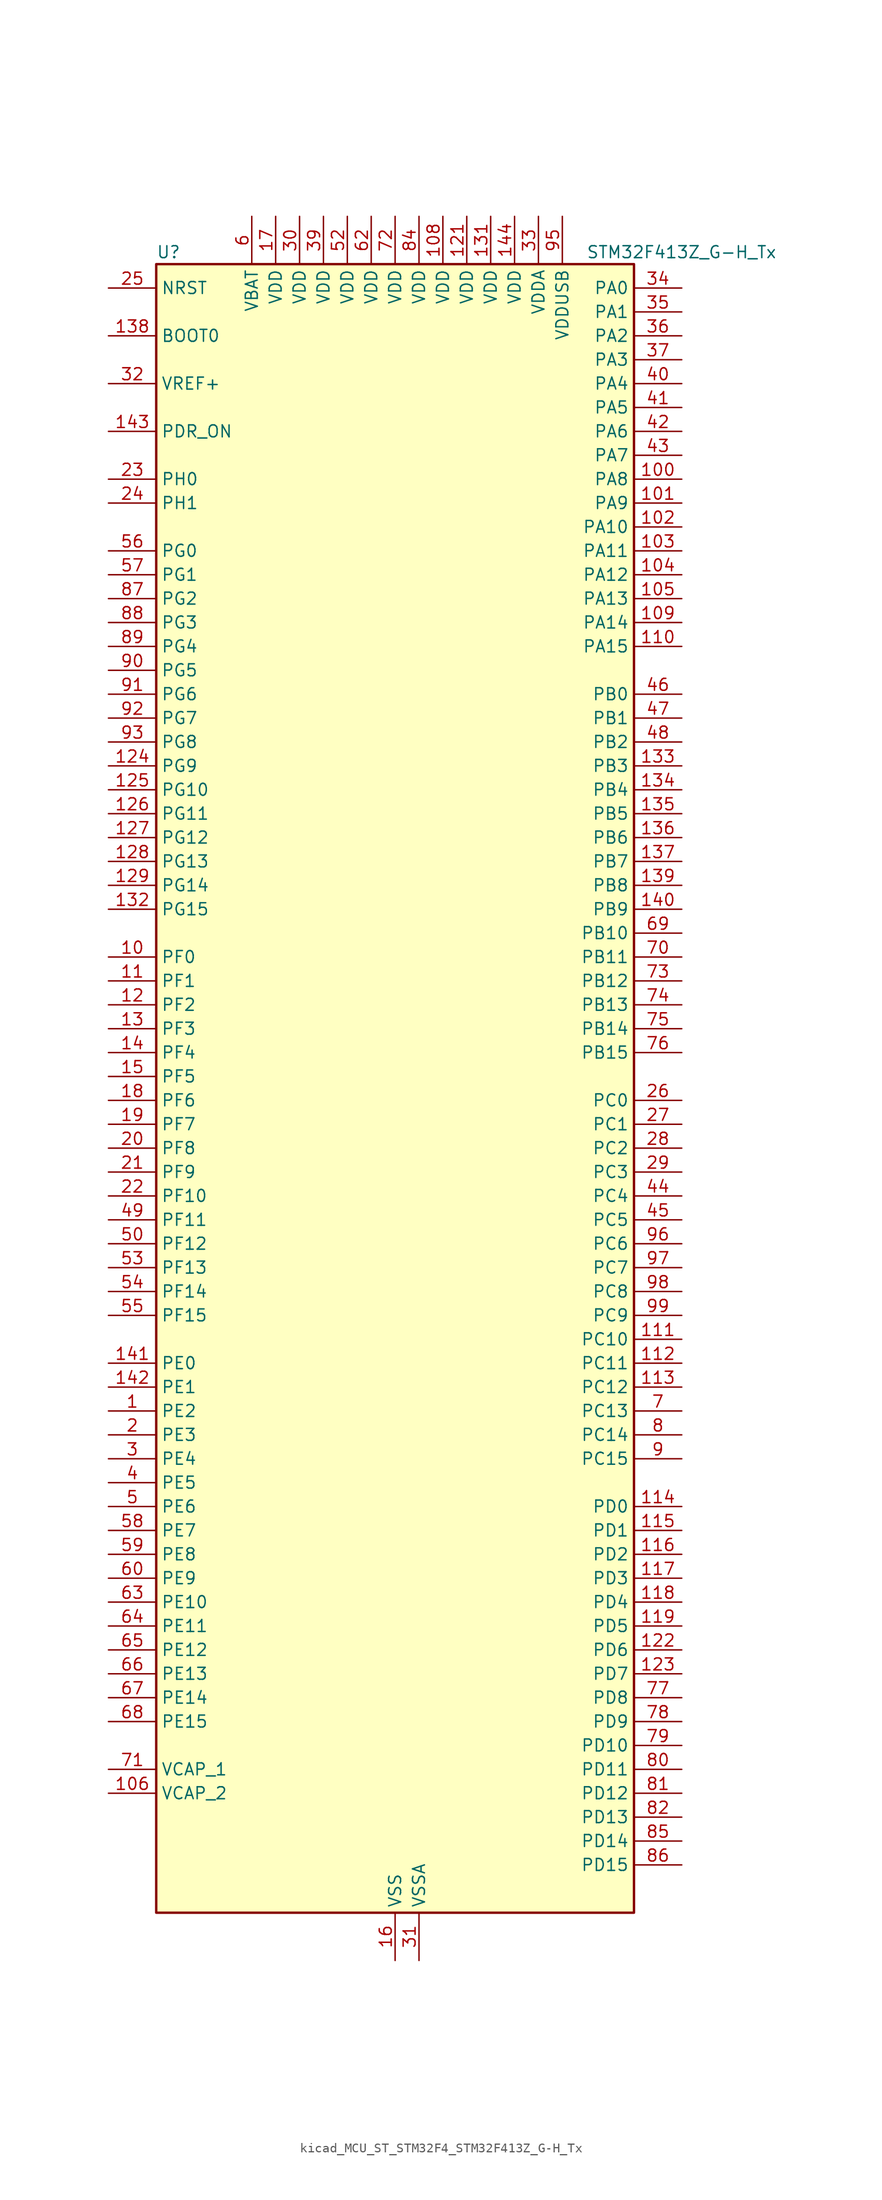
<source format=kicad_sym>
(kicad_symbol_lib
  (version 20220914)
  (generator kicad_symbol_editor)
  (symbol "kicad_MCU_ST_STM32F4_STM32F413Z_G-H_Tx"
    (property "Reference" "U"
      (at -25.4 90.17 0)
      (effects (font (size 1.27 1.27)) (justify left)))
    (property "Value" "STM32F413Z_G-H_Tx"
      (at 20.32 90.17 0)
      (effects (font (size 1.27 1.27)) (justify left)))
    (property "ki_locked" ""
      (at 0 0 0)
      (effects (font (size 1.27 1.27))))
    (symbol "kicad_MCU_ST_STM32F4_STM32F413Z_G-H_Tx_0_1"
      (rectangle (start -25.4 -86.36) (end 25.4 88.9) (stroke (width 0.254) (type default)) (fill (type background))))
    (symbol "kicad_MCU_ST_STM32F4_STM32F413Z_G-H_Tx_1_1"
      (pin bidirectional line (at -30.48 -33.02 0) (length 5.08) (name "PE2" (effects (font (size 1.27 1.27)))) (number "1" (effects (font (size 1.27 1.27)))) (alternate "FSMC_A23" bidirectional line) (alternate "I2S4_CK" bidirectional line) (alternate "I2S5_CK" bidirectional line) (alternate "QUADSPI_BK1_IO2" bidirectional line) (alternate "SAI1_MCLK_A" bidirectional line) (alternate "SPI4_SCK" bidirectional line) (alternate "SPI5_SCK" bidirectional line) (alternate "SYS_TRACECLK" bidirectional line) (alternate "UART10_RX" bidirectional line))
      (pin bidirectional line (at -30.48 15.24 0) (length 5.08) (name "PF0" (effects (font (size 1.27 1.27)))) (number "10" (effects (font (size 1.27 1.27)))) (alternate "FSMC_A0" bidirectional line) (alternate "I2C2_SDA" bidirectional line))
      (pin bidirectional line (at 30.48 66.04 180) (length 5.08) (name "PA8" (effects (font (size 1.27 1.27)))) (number "100" (effects (font (size 1.27 1.27)))) (alternate "CAN3_RX" bidirectional line) (alternate "DFSDM1_CKOUT" bidirectional line) (alternate "I2C3_SCL" bidirectional line) (alternate "RCC_MCO_1" bidirectional line) (alternate "SDIO_D1" bidirectional line) (alternate "TIM1_CH1" bidirectional line) (alternate "UART7_RX" bidirectional line) (alternate "USART1_CK" bidirectional line) (alternate "USB_OTG_FS_SOF" bidirectional line))
      (pin bidirectional line (at 30.48 63.5 180) (length 5.08) (name "PA9" (effects (font (size 1.27 1.27)))) (number "101" (effects (font (size 1.27 1.27)))) (alternate "DAC_EXTI9" bidirectional line) (alternate "DFSDM2_CKIN3" bidirectional line) (alternate "I2C3_SMBA" bidirectional line) (alternate "I2S2_CK" bidirectional line) (alternate "SDIO_D2" bidirectional line) (alternate "SPI2_SCK" bidirectional line) (alternate "TIM1_CH2" bidirectional line) (alternate "USART1_TX" bidirectional line) (alternate "USB_OTG_FS_VBUS" bidirectional line))
      (pin bidirectional line (at 30.48 60.96 180) (length 5.08) (name "PA10" (effects (font (size 1.27 1.27)))) (number "102" (effects (font (size 1.27 1.27)))) (alternate "DFSDM2_DATIN3" bidirectional line) (alternate "I2S2_SD" bidirectional line) (alternate "I2S5_SD" bidirectional line) (alternate "SPI2_MOSI" bidirectional line) (alternate "SPI5_MOSI" bidirectional line) (alternate "TIM1_CH3" bidirectional line) (alternate "USART1_RX" bidirectional line) (alternate "USB_OTG_FS_ID" bidirectional line))
      (pin bidirectional line (at 30.48 58.42 180) (length 5.08) (name "PA11" (effects (font (size 1.27 1.27)))) (number "103" (effects (font (size 1.27 1.27)))) (alternate "ADC1_EXTI11" bidirectional line) (alternate "CAN1_RX" bidirectional line) (alternate "DFSDM2_CKIN5" bidirectional line) (alternate "I2S2_WS" bidirectional line) (alternate "SPI2_NSS" bidirectional line) (alternate "SPI4_MISO" bidirectional line) (alternate "TIM1_CH4" bidirectional line) (alternate "UART4_RX" bidirectional line) (alternate "USART1_CTS" bidirectional line) (alternate "USART6_TX" bidirectional line) (alternate "USB_OTG_FS_DM" bidirectional line))
      (pin bidirectional line (at 30.48 55.88 180) (length 5.08) (name "PA12" (effects (font (size 1.27 1.27)))) (number "104" (effects (font (size 1.27 1.27)))) (alternate "CAN1_TX" bidirectional line) (alternate "DFSDM2_DATIN5" bidirectional line) (alternate "SPI2_MISO" bidirectional line) (alternate "SPI5_MISO" bidirectional line) (alternate "TIM1_ETR" bidirectional line) (alternate "UART4_TX" bidirectional line) (alternate "USART1_RTS" bidirectional line) (alternate "USART6_RX" bidirectional line) (alternate "USB_OTG_FS_DP" bidirectional line))
      (pin bidirectional line (at 30.48 53.34 180) (length 5.08) (name "PA13" (effects (font (size 1.27 1.27)))) (number "105" (effects (font (size 1.27 1.27)))) (alternate "SYS_JTMS-SWDIO" bidirectional line))
      (pin power_out line (at -30.48 -73.66 0) (length 5.08) (name "VCAP_2" (effects (font (size 1.27 1.27)))) (number "106" (effects (font (size 1.27 1.27)))))
      (pin passive line (at 0 -91.44 90) (length 5.08) hide (name "VSS" (effects (font (size 1.27 1.27)))) (number "107" (effects (font (size 1.27 1.27)))))
      (pin power_in line (at 5.08 93.98 270) (length 5.08) (name "VDD" (effects (font (size 1.27 1.27)))) (number "108" (effects (font (size 1.27 1.27)))))
      (pin bidirectional line (at 30.48 50.8 180) (length 5.08) (name "PA14" (effects (font (size 1.27 1.27)))) (number "109" (effects (font (size 1.27 1.27)))) (alternate "SYS_JTCK-SWCLK" bidirectional line))
      (pin bidirectional line (at -30.48 12.7 0) (length 5.08) (name "PF1" (effects (font (size 1.27 1.27)))) (number "11" (effects (font (size 1.27 1.27)))) (alternate "FSMC_A1" bidirectional line) (alternate "I2C2_SCL" bidirectional line))
      (pin bidirectional line (at 30.48 48.26 180) (length 5.08) (name "PA15" (effects (font (size 1.27 1.27)))) (number "110" (effects (font (size 1.27 1.27)))) (alternate "ADC1_EXTI15" bidirectional line) (alternate "CAN3_TX" bidirectional line) (alternate "I2S1_WS" bidirectional line) (alternate "I2S3_WS" bidirectional line) (alternate "SAI1_MCLK_A" bidirectional line) (alternate "SPI1_NSS" bidirectional line) (alternate "SPI3_NSS" bidirectional line) (alternate "SYS_JTDI" bidirectional line) (alternate "TIM2_CH1" bidirectional line) (alternate "TIM2_ETR" bidirectional line) (alternate "UART7_TX" bidirectional line) (alternate "USART1_TX" bidirectional line))
      (pin bidirectional line (at 30.48 -25.4 180) (length 5.08) (name "PC10" (effects (font (size 1.27 1.27)))) (number "111" (effects (font (size 1.27 1.27)))) (alternate "DFSDM2_CKIN5" bidirectional line) (alternate "I2S3_CK" bidirectional line) (alternate "QUADSPI_BK1_IO1" bidirectional line) (alternate "SDIO_D2" bidirectional line) (alternate "SPI3_SCK" bidirectional line) (alternate "USART3_TX" bidirectional line))
      (pin bidirectional line (at 30.48 -27.94 180) (length 5.08) (name "PC11" (effects (font (size 1.27 1.27)))) (number "112" (effects (font (size 1.27 1.27)))) (alternate "ADC1_EXTI11" bidirectional line) (alternate "DFSDM2_DATIN5" bidirectional line) (alternate "FSMC_D2" bidirectional line) (alternate "FSMC_DA2" bidirectional line) (alternate "I2S3_ext_SD" bidirectional line) (alternate "QUADSPI_BK2_NCS" bidirectional line) (alternate "SDIO_D3" bidirectional line) (alternate "SPI3_MISO" bidirectional line) (alternate "UART4_RX" bidirectional line) (alternate "USART3_RX" bidirectional line))
      (pin bidirectional line (at 30.48 -30.48 180) (length 5.08) (name "PC12" (effects (font (size 1.27 1.27)))) (number "113" (effects (font (size 1.27 1.27)))) (alternate "FSMC_D3" bidirectional line) (alternate "FSMC_DA3" bidirectional line) (alternate "I2S3_SD" bidirectional line) (alternate "SDIO_CK" bidirectional line) (alternate "SPI3_MOSI" bidirectional line) (alternate "UART5_TX" bidirectional line) (alternate "USART3_CK" bidirectional line))
      (pin bidirectional line (at 30.48 -43.18 180) (length 5.08) (name "PD0" (effects (font (size 1.27 1.27)))) (number "114" (effects (font (size 1.27 1.27)))) (alternate "CAN1_RX" bidirectional line) (alternate "DFSDM2_CKIN6" bidirectional line) (alternate "FSMC_D2" bidirectional line) (alternate "FSMC_DA2" bidirectional line) (alternate "UART4_RX" bidirectional line))
      (pin bidirectional line (at 30.48 -45.72 180) (length 5.08) (name "PD1" (effects (font (size 1.27 1.27)))) (number "115" (effects (font (size 1.27 1.27)))) (alternate "CAN1_TX" bidirectional line) (alternate "DFSDM2_DATIN6" bidirectional line) (alternate "FSMC_D3" bidirectional line) (alternate "FSMC_DA3" bidirectional line) (alternate "UART4_TX" bidirectional line))
      (pin bidirectional line (at 30.48 -48.26 180) (length 5.08) (name "PD2" (effects (font (size 1.27 1.27)))) (number "116" (effects (font (size 1.27 1.27)))) (alternate "DFSDM2_CKOUT" bidirectional line) (alternate "FSMC_NWE" bidirectional line) (alternate "SDIO_CMD" bidirectional line) (alternate "TIM3_ETR" bidirectional line) (alternate "UART5_RX" bidirectional line))
      (pin bidirectional line (at 30.48 -50.8 180) (length 5.08) (name "PD3" (effects (font (size 1.27 1.27)))) (number "117" (effects (font (size 1.27 1.27)))) (alternate "DFSDM1_DATIN0" bidirectional line) (alternate "FSMC_CLK" bidirectional line) (alternate "I2S2_CK" bidirectional line) (alternate "QUADSPI_CLK" bidirectional line) (alternate "SPI2_SCK" bidirectional line) (alternate "SYS_TRACED1" bidirectional line) (alternate "USART2_CTS" bidirectional line))
      (pin bidirectional line (at 30.48 -53.34 180) (length 5.08) (name "PD4" (effects (font (size 1.27 1.27)))) (number "118" (effects (font (size 1.27 1.27)))) (alternate "DFSDM1_CKIN0" bidirectional line) (alternate "FSMC_NOE" bidirectional line) (alternate "USART2_RTS" bidirectional line))
      (pin bidirectional line (at 30.48 -55.88 180) (length 5.08) (name "PD5" (effects (font (size 1.27 1.27)))) (number "119" (effects (font (size 1.27 1.27)))) (alternate "DFSDM2_CKOUT" bidirectional line) (alternate "FSMC_NWE" bidirectional line) (alternate "USART2_TX" bidirectional line))
      (pin bidirectional line (at -30.48 10.16 0) (length 5.08) (name "PF2" (effects (font (size 1.27 1.27)))) (number "12" (effects (font (size 1.27 1.27)))) (alternate "FSMC_A2" bidirectional line) (alternate "I2C2_SMBA" bidirectional line))
      (pin passive line (at 0 -91.44 90) (length 5.08) hide (name "VSS" (effects (font (size 1.27 1.27)))) (number "120" (effects (font (size 1.27 1.27)))))
      (pin power_in line (at 7.62 93.98 270) (length 5.08) (name "VDD" (effects (font (size 1.27 1.27)))) (number "121" (effects (font (size 1.27 1.27)))))
      (pin bidirectional line (at 30.48 -58.42 180) (length 5.08) (name "PD6" (effects (font (size 1.27 1.27)))) (number "122" (effects (font (size 1.27 1.27)))) (alternate "DFSDM1_DATIN1" bidirectional line) (alternate "FSMC_NWAIT" bidirectional line) (alternate "I2S3_SD" bidirectional line) (alternate "SPI3_MOSI" bidirectional line) (alternate "USART2_RX" bidirectional line))
      (pin bidirectional line (at 30.48 -60.96 180) (length 5.08) (name "PD7" (effects (font (size 1.27 1.27)))) (number "123" (effects (font (size 1.27 1.27)))) (alternate "DFSDM1_CKIN1" bidirectional line) (alternate "FSMC_NE1" bidirectional line) (alternate "USART2_CK" bidirectional line))
      (pin bidirectional line (at -30.48 35.56 0) (length 5.08) (name "PG9" (effects (font (size 1.27 1.27)))) (number "124" (effects (font (size 1.27 1.27)))) (alternate "DAC_EXTI9" bidirectional line) (alternate "FSMC_NE2" bidirectional line) (alternate "QUADSPI_BK2_IO2" bidirectional line) (alternate "USART6_RX" bidirectional line))
      (pin bidirectional line (at -30.48 33.02 0) (length 5.08) (name "PG10" (effects (font (size 1.27 1.27)))) (number "125" (effects (font (size 1.27 1.27)))) (alternate "FSMC_NE3" bidirectional line))
      (pin bidirectional line (at -30.48 30.48 0) (length 5.08) (name "PG11" (effects (font (size 1.27 1.27)))) (number "126" (effects (font (size 1.27 1.27)))) (alternate "ADC1_EXTI11" bidirectional line) (alternate "CAN2_RX" bidirectional line) (alternate "UART10_RX" bidirectional line))
      (pin bidirectional line (at -30.48 27.94 0) (length 5.08) (name "PG12" (effects (font (size 1.27 1.27)))) (number "127" (effects (font (size 1.27 1.27)))) (alternate "CAN2_TX" bidirectional line) (alternate "FSMC_NE4" bidirectional line) (alternate "UART10_TX" bidirectional line) (alternate "USART6_RTS" bidirectional line))
      (pin bidirectional line (at -30.48 25.4 0) (length 5.08) (name "PG13" (effects (font (size 1.27 1.27)))) (number "128" (effects (font (size 1.27 1.27)))) (alternate "FSMC_A24" bidirectional line) (alternate "SYS_TRACED2" bidirectional line) (alternate "USART6_CTS" bidirectional line))
      (pin bidirectional line (at -30.48 22.86 0) (length 5.08) (name "PG14" (effects (font (size 1.27 1.27)))) (number "129" (effects (font (size 1.27 1.27)))) (alternate "FSMC_A25" bidirectional line) (alternate "QUADSPI_BK2_IO3" bidirectional line) (alternate "SYS_TRACED3" bidirectional line) (alternate "USART6_TX" bidirectional line))
      (pin bidirectional line (at -30.48 7.62 0) (length 5.08) (name "PF3" (effects (font (size 1.27 1.27)))) (number "13" (effects (font (size 1.27 1.27)))) (alternate "FSMC_A3" bidirectional line) (alternate "TIM5_CH1" bidirectional line))
      (pin passive line (at 0 -91.44 90) (length 5.08) hide (name "VSS" (effects (font (size 1.27 1.27)))) (number "130" (effects (font (size 1.27 1.27)))))
      (pin power_in line (at 10.16 93.98 270) (length 5.08) (name "VDD" (effects (font (size 1.27 1.27)))) (number "131" (effects (font (size 1.27 1.27)))))
      (pin bidirectional line (at -30.48 20.32 0) (length 5.08) (name "PG15" (effects (font (size 1.27 1.27)))) (number "132" (effects (font (size 1.27 1.27)))) (alternate "ADC1_EXTI15" bidirectional line) (alternate "USART6_CTS" bidirectional line))
      (pin bidirectional line (at 30.48 35.56 180) (length 5.08) (name "PB3" (effects (font (size 1.27 1.27)))) (number "133" (effects (font (size 1.27 1.27)))) (alternate "CAN3_RX" bidirectional line) (alternate "FMPI2C1_SDA" bidirectional line) (alternate "I2C2_SDA" bidirectional line) (alternate "I2S1_CK" bidirectional line) (alternate "I2S3_CK" bidirectional line) (alternate "SAI1_SD_A" bidirectional line) (alternate "SPI1_SCK" bidirectional line) (alternate "SPI3_SCK" bidirectional line) (alternate "SYS_JTDO-SWO" bidirectional line) (alternate "TIM2_CH2" bidirectional line) (alternate "UART7_RX" bidirectional line) (alternate "USART1_RX" bidirectional line))
      (pin bidirectional line (at 30.48 33.02 180) (length 5.08) (name "PB4" (effects (font (size 1.27 1.27)))) (number "134" (effects (font (size 1.27 1.27)))) (alternate "CAN3_TX" bidirectional line) (alternate "I2C3_SDA" bidirectional line) (alternate "I2S3_ext_SD" bidirectional line) (alternate "SAI1_SCK_A" bidirectional line) (alternate "SDIO_D0" bidirectional line) (alternate "SPI1_MISO" bidirectional line) (alternate "SPI3_MISO" bidirectional line) (alternate "SYS_JTRST" bidirectional line) (alternate "TIM3_CH1" bidirectional line) (alternate "UART7_TX" bidirectional line))
      (pin bidirectional line (at 30.48 30.48 180) (length 5.08) (name "PB5" (effects (font (size 1.27 1.27)))) (number "135" (effects (font (size 1.27 1.27)))) (alternate "CAN2_RX" bidirectional line) (alternate "I2C1_SMBA" bidirectional line) (alternate "I2S1_SD" bidirectional line) (alternate "I2S3_SD" bidirectional line) (alternate "LPTIM1_IN1" bidirectional line) (alternate "SAI1_FS_A" bidirectional line) (alternate "SDIO_D3" bidirectional line) (alternate "SPI1_MOSI" bidirectional line) (alternate "SPI3_MOSI" bidirectional line) (alternate "TIM3_CH2" bidirectional line) (alternate "UART5_RX" bidirectional line))
      (pin bidirectional line (at 30.48 27.94 180) (length 5.08) (name "PB6" (effects (font (size 1.27 1.27)))) (number "136" (effects (font (size 1.27 1.27)))) (alternate "CAN2_TX" bidirectional line) (alternate "DFSDM2_CKIN7" bidirectional line) (alternate "I2C1_SCL" bidirectional line) (alternate "LPTIM1_ETR" bidirectional line) (alternate "QUADSPI_BK1_NCS" bidirectional line) (alternate "SDIO_D0" bidirectional line) (alternate "TIM4_CH1" bidirectional line) (alternate "UART5_TX" bidirectional line) (alternate "USART1_TX" bidirectional line))
      (pin bidirectional line (at 30.48 25.4 180) (length 5.08) (name "PB7" (effects (font (size 1.27 1.27)))) (number "137" (effects (font (size 1.27 1.27)))) (alternate "DFSDM2_DATIN7" bidirectional line) (alternate "FSMC_NL" bidirectional line) (alternate "I2C1_SDA" bidirectional line) (alternate "LPTIM1_IN2" bidirectional line) (alternate "TIM4_CH2" bidirectional line) (alternate "USART1_RX" bidirectional line))
      (pin input line (at -30.48 81.28 0) (length 5.08) (name "BOOT0" (effects (font (size 1.27 1.27)))) (number "138" (effects (font (size 1.27 1.27)))))
      (pin bidirectional line (at 30.48 22.86 180) (length 5.08) (name "PB8" (effects (font (size 1.27 1.27)))) (number "139" (effects (font (size 1.27 1.27)))) (alternate "CAN1_RX" bidirectional line) (alternate "DFSDM2_CKIN1" bidirectional line) (alternate "I2C1_SCL" bidirectional line) (alternate "I2C3_SDA" bidirectional line) (alternate "I2S5_SD" bidirectional line) (alternate "LPTIM1_OUT" bidirectional line) (alternate "SDIO_D4" bidirectional line) (alternate "SPI5_MOSI" bidirectional line) (alternate "TIM10_CH1" bidirectional line) (alternate "TIM4_CH3" bidirectional line) (alternate "UART5_RX" bidirectional line))
      (pin bidirectional line (at -30.48 5.08 0) (length 5.08) (name "PF4" (effects (font (size 1.27 1.27)))) (number "14" (effects (font (size 1.27 1.27)))) (alternate "FSMC_A4" bidirectional line) (alternate "TIM5_CH2" bidirectional line))
      (pin bidirectional line (at 30.48 20.32 180) (length 5.08) (name "PB9" (effects (font (size 1.27 1.27)))) (number "140" (effects (font (size 1.27 1.27)))) (alternate "CAN1_TX" bidirectional line) (alternate "DAC_EXTI9" bidirectional line) (alternate "DFSDM2_DATIN1" bidirectional line) (alternate "I2C1_SDA" bidirectional line) (alternate "I2C2_SDA" bidirectional line) (alternate "I2S2_WS" bidirectional line) (alternate "SDIO_D5" bidirectional line) (alternate "SPI2_NSS" bidirectional line) (alternate "TIM11_CH1" bidirectional line) (alternate "TIM4_CH4" bidirectional line) (alternate "UART5_TX" bidirectional line))
      (pin bidirectional line (at -30.48 -27.94 0) (length 5.08) (name "PE0" (effects (font (size 1.27 1.27)))) (number "141" (effects (font (size 1.27 1.27)))) (alternate "DFSDM2_CKIN4" bidirectional line) (alternate "FSMC_NBL0" bidirectional line) (alternate "TIM4_ETR" bidirectional line) (alternate "UART8_RX" bidirectional line))
      (pin bidirectional line (at -30.48 -30.48 0) (length 5.08) (name "PE1" (effects (font (size 1.27 1.27)))) (number "142" (effects (font (size 1.27 1.27)))) (alternate "DFSDM2_DATIN4" bidirectional line) (alternate "FSMC_NBL1" bidirectional line) (alternate "UART8_TX" bidirectional line))
      (pin input line (at -30.48 71.12 0) (length 5.08) (name "PDR_ON" (effects (font (size 1.27 1.27)))) (number "143" (effects (font (size 1.27 1.27)))))
      (pin power_in line (at 12.7 93.98 270) (length 5.08) (name "VDD" (effects (font (size 1.27 1.27)))) (number "144" (effects (font (size 1.27 1.27)))))
      (pin bidirectional line (at -30.48 2.54 0) (length 5.08) (name "PF5" (effects (font (size 1.27 1.27)))) (number "15" (effects (font (size 1.27 1.27)))) (alternate "FSMC_A5" bidirectional line) (alternate "TIM5_CH3" bidirectional line))
      (pin power_in line (at 0 -91.44 90) (length 5.08) (name "VSS" (effects (font (size 1.27 1.27)))) (number "16" (effects (font (size 1.27 1.27)))))
      (pin power_in line (at -12.7 93.98 270) (length 5.08) (name "VDD" (effects (font (size 1.27 1.27)))) (number "17" (effects (font (size 1.27 1.27)))))
      (pin bidirectional line (at -30.48 0 0) (length 5.08) (name "PF6" (effects (font (size 1.27 1.27)))) (number "18" (effects (font (size 1.27 1.27)))) (alternate "QUADSPI_BK1_IO3" bidirectional line) (alternate "SAI1_SD_B" bidirectional line) (alternate "SYS_TRACED0" bidirectional line) (alternate "TIM10_CH1" bidirectional line) (alternate "UART7_RX" bidirectional line))
      (pin bidirectional line (at -30.48 -2.54 0) (length 5.08) (name "PF7" (effects (font (size 1.27 1.27)))) (number "19" (effects (font (size 1.27 1.27)))) (alternate "QUADSPI_BK1_IO2" bidirectional line) (alternate "SAI1_MCLK_B" bidirectional line) (alternate "SYS_TRACED1" bidirectional line) (alternate "TIM11_CH1" bidirectional line) (alternate "UART7_TX" bidirectional line))
      (pin bidirectional line (at -30.48 -35.56 0) (length 5.08) (name "PE3" (effects (font (size 1.27 1.27)))) (number "2" (effects (font (size 1.27 1.27)))) (alternate "FSMC_A19" bidirectional line) (alternate "SAI1_SD_B" bidirectional line) (alternate "SYS_TRACED0" bidirectional line) (alternate "UART10_TX" bidirectional line))
      (pin bidirectional line (at -30.48 -5.08 0) (length 5.08) (name "PF8" (effects (font (size 1.27 1.27)))) (number "20" (effects (font (size 1.27 1.27)))) (alternate "QUADSPI_BK1_IO0" bidirectional line) (alternate "SAI1_SCK_B" bidirectional line) (alternate "TIM13_CH1" bidirectional line) (alternate "UART8_RX" bidirectional line))
      (pin bidirectional line (at -30.48 -7.62 0) (length 5.08) (name "PF9" (effects (font (size 1.27 1.27)))) (number "21" (effects (font (size 1.27 1.27)))) (alternate "DAC_EXTI9" bidirectional line) (alternate "QUADSPI_BK1_IO1" bidirectional line) (alternate "SAI1_FS_B" bidirectional line) (alternate "TIM14_CH1" bidirectional line) (alternate "UART8_TX" bidirectional line))
      (pin bidirectional line (at -30.48 -10.16 0) (length 5.08) (name "PF10" (effects (font (size 1.27 1.27)))) (number "22" (effects (font (size 1.27 1.27)))) (alternate "TIM1_ETR" bidirectional line) (alternate "TIM5_CH4" bidirectional line))
      (pin bidirectional line (at -30.48 66.04 0) (length 5.08) (name "PH0" (effects (font (size 1.27 1.27)))) (number "23" (effects (font (size 1.27 1.27)))) (alternate "RCC_OSC_IN" bidirectional line))
      (pin bidirectional line (at -30.48 63.5 0) (length 5.08) (name "PH1" (effects (font (size 1.27 1.27)))) (number "24" (effects (font (size 1.27 1.27)))) (alternate "RCC_OSC_OUT" bidirectional line))
      (pin input line (at -30.48 86.36 0) (length 5.08) (name "NRST" (effects (font (size 1.27 1.27)))) (number "25" (effects (font (size 1.27 1.27)))))
      (pin bidirectional line (at 30.48 0 180) (length 5.08) (name "PC0" (effects (font (size 1.27 1.27)))) (number "26" (effects (font (size 1.27 1.27)))) (alternate "ADC1_IN10" bidirectional line) (alternate "DFSDM2_CKIN4" bidirectional line) (alternate "LPTIM1_IN1" bidirectional line) (alternate "SAI1_MCLK_B" bidirectional line) (alternate "SYS_WKUP2" bidirectional line))
      (pin bidirectional line (at 30.48 -2.54 180) (length 5.08) (name "PC1" (effects (font (size 1.27 1.27)))) (number "27" (effects (font (size 1.27 1.27)))) (alternate "ADC1_IN11" bidirectional line) (alternate "DFSDM2_DATIN4" bidirectional line) (alternate "LPTIM1_OUT" bidirectional line) (alternate "SAI1_SD_B" bidirectional line) (alternate "SYS_WKUP3" bidirectional line))
      (pin bidirectional line (at 30.48 -5.08 180) (length 5.08) (name "PC2" (effects (font (size 1.27 1.27)))) (number "28" (effects (font (size 1.27 1.27)))) (alternate "ADC1_IN12" bidirectional line) (alternate "DFSDM1_CKOUT" bidirectional line) (alternate "DFSDM2_DATIN7" bidirectional line) (alternate "FSMC_NWE" bidirectional line) (alternate "I2S2_ext_SD" bidirectional line) (alternate "LPTIM1_IN2" bidirectional line) (alternate "SAI1_SCK_B" bidirectional line) (alternate "SPI2_MISO" bidirectional line))
      (pin bidirectional line (at 30.48 -7.62 180) (length 5.08) (name "PC3" (effects (font (size 1.27 1.27)))) (number "29" (effects (font (size 1.27 1.27)))) (alternate "ADC1_IN13" bidirectional line) (alternate "DFSDM2_CKIN7" bidirectional line) (alternate "FSMC_A0" bidirectional line) (alternate "I2S2_SD" bidirectional line) (alternate "LPTIM1_ETR" bidirectional line) (alternate "SAI1_FS_B" bidirectional line) (alternate "SPI2_MOSI" bidirectional line))
      (pin bidirectional line (at -30.48 -38.1 0) (length 5.08) (name "PE4" (effects (font (size 1.27 1.27)))) (number "3" (effects (font (size 1.27 1.27)))) (alternate "DFSDM1_DATIN3" bidirectional line) (alternate "FSMC_A20" bidirectional line) (alternate "I2S4_WS" bidirectional line) (alternate "I2S5_WS" bidirectional line) (alternate "SAI1_SD_A" bidirectional line) (alternate "SPI4_NSS" bidirectional line) (alternate "SPI5_NSS" bidirectional line) (alternate "SYS_TRACED1" bidirectional line))
      (pin power_in line (at -10.16 93.98 270) (length 5.08) (name "VDD" (effects (font (size 1.27 1.27)))) (number "30" (effects (font (size 1.27 1.27)))))
      (pin power_in line (at 2.54 -91.44 90) (length 5.08) (name "VSSA" (effects (font (size 1.27 1.27)))) (number "31" (effects (font (size 1.27 1.27)))))
      (pin input line (at -30.48 76.2 0) (length 5.08) (name "VREF+" (effects (font (size 1.27 1.27)))) (number "32" (effects (font (size 1.27 1.27)))))
      (pin power_in line (at 15.24 93.98 270) (length 5.08) (name "VDDA" (effects (font (size 1.27 1.27)))) (number "33" (effects (font (size 1.27 1.27)))))
      (pin bidirectional line (at 30.48 86.36 180) (length 5.08) (name "PA0" (effects (font (size 1.27 1.27)))) (number "34" (effects (font (size 1.27 1.27)))) (alternate "ADC1_IN0" bidirectional line) (alternate "SYS_WKUP1" bidirectional line) (alternate "TIM2_CH1" bidirectional line) (alternate "TIM2_ETR" bidirectional line) (alternate "TIM5_CH1" bidirectional line) (alternate "TIM8_ETR" bidirectional line) (alternate "UART4_TX" bidirectional line) (alternate "USART2_CTS" bidirectional line))
      (pin bidirectional line (at 30.48 83.82 180) (length 5.08) (name "PA1" (effects (font (size 1.27 1.27)))) (number "35" (effects (font (size 1.27 1.27)))) (alternate "ADC1_IN1" bidirectional line) (alternate "I2S4_SD" bidirectional line) (alternate "QUADSPI_BK1_IO3" bidirectional line) (alternate "SPI4_MOSI" bidirectional line) (alternate "TIM2_CH2" bidirectional line) (alternate "TIM5_CH2" bidirectional line) (alternate "UART4_RX" bidirectional line) (alternate "USART2_RTS" bidirectional line))
      (pin bidirectional line (at 30.48 81.28 180) (length 5.08) (name "PA2" (effects (font (size 1.27 1.27)))) (number "36" (effects (font (size 1.27 1.27)))) (alternate "ADC1_IN2" bidirectional line) (alternate "FSMC_D4" bidirectional line) (alternate "FSMC_DA4" bidirectional line) (alternate "I2S_CKIN" bidirectional line) (alternate "TIM2_CH3" bidirectional line) (alternate "TIM5_CH3" bidirectional line) (alternate "TIM9_CH1" bidirectional line) (alternate "USART2_TX" bidirectional line))
      (pin bidirectional line (at 30.48 78.74 180) (length 5.08) (name "PA3" (effects (font (size 1.27 1.27)))) (number "37" (effects (font (size 1.27 1.27)))) (alternate "ADC1_IN3" bidirectional line) (alternate "FSMC_D5" bidirectional line) (alternate "FSMC_DA5" bidirectional line) (alternate "I2S2_MCK" bidirectional line) (alternate "SAI1_SD_B" bidirectional line) (alternate "TIM2_CH4" bidirectional line) (alternate "TIM5_CH4" bidirectional line) (alternate "TIM9_CH2" bidirectional line) (alternate "USART2_RX" bidirectional line))
      (pin passive line (at 0 -91.44 90) (length 5.08) hide (name "VSS" (effects (font (size 1.27 1.27)))) (number "38" (effects (font (size 1.27 1.27)))))
      (pin power_in line (at -7.62 93.98 270) (length 5.08) (name "VDD" (effects (font (size 1.27 1.27)))) (number "39" (effects (font (size 1.27 1.27)))))
      (pin bidirectional line (at -30.48 -40.64 0) (length 5.08) (name "PE5" (effects (font (size 1.27 1.27)))) (number "4" (effects (font (size 1.27 1.27)))) (alternate "DFSDM1_CKIN3" bidirectional line) (alternate "FSMC_A21" bidirectional line) (alternate "SAI1_SCK_A" bidirectional line) (alternate "SPI4_MISO" bidirectional line) (alternate "SPI5_MISO" bidirectional line) (alternate "SYS_TRACED2" bidirectional line) (alternate "TIM9_CH1" bidirectional line))
      (pin bidirectional line (at 30.48 76.2 180) (length 5.08) (name "PA4" (effects (font (size 1.27 1.27)))) (number "40" (effects (font (size 1.27 1.27)))) (alternate "ADC1_IN4" bidirectional line) (alternate "DAC_OUT1" bidirectional line) (alternate "DFSDM1_DATIN1" bidirectional line) (alternate "FSMC_D6" bidirectional line) (alternate "FSMC_DA6" bidirectional line) (alternate "I2S1_WS" bidirectional line) (alternate "I2S3_WS" bidirectional line) (alternate "SPI1_NSS" bidirectional line) (alternate "SPI3_NSS" bidirectional line) (alternate "USART2_CK" bidirectional line))
      (pin bidirectional line (at 30.48 73.66 180) (length 5.08) (name "PA5" (effects (font (size 1.27 1.27)))) (number "41" (effects (font (size 1.27 1.27)))) (alternate "ADC1_IN5" bidirectional line) (alternate "DAC_OUT2" bidirectional line) (alternate "DFSDM1_CKIN1" bidirectional line) (alternate "FSMC_D7" bidirectional line) (alternate "FSMC_DA7" bidirectional line) (alternate "I2S1_CK" bidirectional line) (alternate "SPI1_SCK" bidirectional line) (alternate "TIM2_CH1" bidirectional line) (alternate "TIM2_ETR" bidirectional line) (alternate "TIM8_CH1N" bidirectional line))
      (pin bidirectional line (at 30.48 71.12 180) (length 5.08) (name "PA6" (effects (font (size 1.27 1.27)))) (number "42" (effects (font (size 1.27 1.27)))) (alternate "ADC1_IN6" bidirectional line) (alternate "DFSDM2_CKIN1" bidirectional line) (alternate "I2S2_MCK" bidirectional line) (alternate "QUADSPI_BK2_IO0" bidirectional line) (alternate "SDIO_CMD" bidirectional line) (alternate "SPI1_MISO" bidirectional line) (alternate "TIM13_CH1" bidirectional line) (alternate "TIM1_BKIN" bidirectional line) (alternate "TIM3_CH1" bidirectional line) (alternate "TIM8_BKIN" bidirectional line))
      (pin bidirectional line (at 30.48 68.58 180) (length 5.08) (name "PA7" (effects (font (size 1.27 1.27)))) (number "43" (effects (font (size 1.27 1.27)))) (alternate "ADC1_IN7" bidirectional line) (alternate "DFSDM2_DATIN1" bidirectional line) (alternate "I2S1_SD" bidirectional line) (alternate "QUADSPI_BK2_IO1" bidirectional line) (alternate "SPI1_MOSI" bidirectional line) (alternate "TIM14_CH1" bidirectional line) (alternate "TIM1_CH1N" bidirectional line) (alternate "TIM3_CH2" bidirectional line) (alternate "TIM8_CH1N" bidirectional line))
      (pin bidirectional line (at 30.48 -10.16 180) (length 5.08) (name "PC4" (effects (font (size 1.27 1.27)))) (number "44" (effects (font (size 1.27 1.27)))) (alternate "ADC1_IN14" bidirectional line) (alternate "DFSDM2_CKIN2" bidirectional line) (alternate "FSMC_NE4" bidirectional line) (alternate "I2S1_MCK" bidirectional line) (alternate "QUADSPI_BK2_IO2" bidirectional line))
      (pin bidirectional line (at 30.48 -12.7 180) (length 5.08) (name "PC5" (effects (font (size 1.27 1.27)))) (number "45" (effects (font (size 1.27 1.27)))) (alternate "ADC1_IN15" bidirectional line) (alternate "DFSDM2_DATIN2" bidirectional line) (alternate "FMPI2C1_SMBA" bidirectional line) (alternate "FSMC_NOE" bidirectional line) (alternate "QUADSPI_BK2_IO3" bidirectional line) (alternate "USART3_RX" bidirectional line))
      (pin bidirectional line (at 30.48 43.18 180) (length 5.08) (name "PB0" (effects (font (size 1.27 1.27)))) (number "46" (effects (font (size 1.27 1.27)))) (alternate "ADC1_IN8" bidirectional line) (alternate "I2S5_CK" bidirectional line) (alternate "SPI5_SCK" bidirectional line) (alternate "TIM1_CH2N" bidirectional line) (alternate "TIM3_CH3" bidirectional line) (alternate "TIM8_CH2N" bidirectional line))
      (pin bidirectional line (at 30.48 40.64 180) (length 5.08) (name "PB1" (effects (font (size 1.27 1.27)))) (number "47" (effects (font (size 1.27 1.27)))) (alternate "ADC1_IN9" bidirectional line) (alternate "DFSDM1_DATIN0" bidirectional line) (alternate "I2S5_WS" bidirectional line) (alternate "QUADSPI_CLK" bidirectional line) (alternate "SPI5_NSS" bidirectional line) (alternate "TIM1_CH3N" bidirectional line) (alternate "TIM3_CH4" bidirectional line) (alternate "TIM8_CH3N" bidirectional line))
      (pin bidirectional line (at 30.48 38.1 180) (length 5.08) (name "PB2" (effects (font (size 1.27 1.27)))) (number "48" (effects (font (size 1.27 1.27)))) (alternate "DFSDM1_CKIN0" bidirectional line) (alternate "LPTIM1_OUT" bidirectional line) (alternate "QUADSPI_CLK" bidirectional line))
      (pin bidirectional line (at -30.48 -12.7 0) (length 5.08) (name "PF11" (effects (font (size 1.27 1.27)))) (number "49" (effects (font (size 1.27 1.27)))) (alternate "ADC1_EXTI11" bidirectional line) (alternate "TIM8_ETR" bidirectional line))
      (pin bidirectional line (at -30.48 -43.18 0) (length 5.08) (name "PE6" (effects (font (size 1.27 1.27)))) (number "5" (effects (font (size 1.27 1.27)))) (alternate "FSMC_A22" bidirectional line) (alternate "I2S4_SD" bidirectional line) (alternate "I2S5_SD" bidirectional line) (alternate "SAI1_FS_A" bidirectional line) (alternate "SPI4_MOSI" bidirectional line) (alternate "SPI5_MOSI" bidirectional line) (alternate "SYS_TRACED3" bidirectional line) (alternate "TIM9_CH2" bidirectional line))
      (pin bidirectional line (at -30.48 -15.24 0) (length 5.08) (name "PF12" (effects (font (size 1.27 1.27)))) (number "50" (effects (font (size 1.27 1.27)))) (alternate "FSMC_A6" bidirectional line) (alternate "TIM8_BKIN" bidirectional line))
      (pin passive line (at 0 -91.44 90) (length 5.08) hide (name "VSS" (effects (font (size 1.27 1.27)))) (number "51" (effects (font (size 1.27 1.27)))))
      (pin power_in line (at -5.08 93.98 270) (length 5.08) (name "VDD" (effects (font (size 1.27 1.27)))) (number "52" (effects (font (size 1.27 1.27)))))
      (pin bidirectional line (at -30.48 -17.78 0) (length 5.08) (name "PF13" (effects (font (size 1.27 1.27)))) (number "53" (effects (font (size 1.27 1.27)))) (alternate "FMPI2C1_SMBA" bidirectional line) (alternate "FSMC_A7" bidirectional line))
      (pin bidirectional line (at -30.48 -20.32 0) (length 5.08) (name "PF14" (effects (font (size 1.27 1.27)))) (number "54" (effects (font (size 1.27 1.27)))) (alternate "FMPI2C1_SCL" bidirectional line) (alternate "FSMC_A8" bidirectional line))
      (pin bidirectional line (at -30.48 -22.86 0) (length 5.08) (name "PF15" (effects (font (size 1.27 1.27)))) (number "55" (effects (font (size 1.27 1.27)))) (alternate "ADC1_EXTI15" bidirectional line) (alternate "FMPI2C1_SDA" bidirectional line) (alternate "FSMC_A9" bidirectional line))
      (pin bidirectional line (at -30.48 58.42 0) (length 5.08) (name "PG0" (effects (font (size 1.27 1.27)))) (number "56" (effects (font (size 1.27 1.27)))) (alternate "CAN1_RX" bidirectional line) (alternate "FSMC_A10" bidirectional line) (alternate "UART9_RX" bidirectional line))
      (pin bidirectional line (at -30.48 55.88 0) (length 5.08) (name "PG1" (effects (font (size 1.27 1.27)))) (number "57" (effects (font (size 1.27 1.27)))) (alternate "CAN1_TX" bidirectional line) (alternate "FSMC_A11" bidirectional line) (alternate "UART9_TX" bidirectional line))
      (pin bidirectional line (at -30.48 -45.72 0) (length 5.08) (name "PE7" (effects (font (size 1.27 1.27)))) (number "58" (effects (font (size 1.27 1.27)))) (alternate "DFSDM1_DATIN2" bidirectional line) (alternate "FSMC_D4" bidirectional line) (alternate "FSMC_DA4" bidirectional line) (alternate "QUADSPI_BK2_IO0" bidirectional line) (alternate "TIM1_ETR" bidirectional line) (alternate "UART7_RX" bidirectional line))
      (pin bidirectional line (at -30.48 -48.26 0) (length 5.08) (name "PE8" (effects (font (size 1.27 1.27)))) (number "59" (effects (font (size 1.27 1.27)))) (alternate "DFSDM1_CKIN2" bidirectional line) (alternate "FSMC_D5" bidirectional line) (alternate "FSMC_DA5" bidirectional line) (alternate "QUADSPI_BK2_IO1" bidirectional line) (alternate "TIM1_CH1N" bidirectional line) (alternate "UART7_TX" bidirectional line))
      (pin power_in line (at -15.24 93.98 270) (length 5.08) (name "VBAT" (effects (font (size 1.27 1.27)))) (number "6" (effects (font (size 1.27 1.27)))))
      (pin bidirectional line (at -30.48 -50.8 0) (length 5.08) (name "PE9" (effects (font (size 1.27 1.27)))) (number "60" (effects (font (size 1.27 1.27)))) (alternate "DAC_EXTI9" bidirectional line) (alternate "DFSDM1_CKOUT" bidirectional line) (alternate "FSMC_D6" bidirectional line) (alternate "FSMC_DA6" bidirectional line) (alternate "QUADSPI_BK2_IO2" bidirectional line) (alternate "TIM1_CH1" bidirectional line))
      (pin passive line (at 0 -91.44 90) (length 5.08) hide (name "VSS" (effects (font (size 1.27 1.27)))) (number "61" (effects (font (size 1.27 1.27)))))
      (pin power_in line (at -2.54 93.98 270) (length 5.08) (name "VDD" (effects (font (size 1.27 1.27)))) (number "62" (effects (font (size 1.27 1.27)))))
      (pin bidirectional line (at -30.48 -53.34 0) (length 5.08) (name "PE10" (effects (font (size 1.27 1.27)))) (number "63" (effects (font (size 1.27 1.27)))) (alternate "DFSDM2_DATIN0" bidirectional line) (alternate "FSMC_D7" bidirectional line) (alternate "FSMC_DA7" bidirectional line) (alternate "QUADSPI_BK2_IO3" bidirectional line) (alternate "TIM1_CH2N" bidirectional line))
      (pin bidirectional line (at -30.48 -55.88 0) (length 5.08) (name "PE11" (effects (font (size 1.27 1.27)))) (number "64" (effects (font (size 1.27 1.27)))) (alternate "ADC1_EXTI11" bidirectional line) (alternate "DFSDM2_CKIN0" bidirectional line) (alternate "FSMC_D8" bidirectional line) (alternate "FSMC_DA8" bidirectional line) (alternate "I2S4_WS" bidirectional line) (alternate "I2S5_WS" bidirectional line) (alternate "SPI4_NSS" bidirectional line) (alternate "SPI5_NSS" bidirectional line) (alternate "TIM1_CH2" bidirectional line))
      (pin bidirectional line (at -30.48 -58.42 0) (length 5.08) (name "PE12" (effects (font (size 1.27 1.27)))) (number "65" (effects (font (size 1.27 1.27)))) (alternate "DFSDM2_DATIN7" bidirectional line) (alternate "FSMC_D9" bidirectional line) (alternate "FSMC_DA9" bidirectional line) (alternate "I2S4_CK" bidirectional line) (alternate "I2S5_CK" bidirectional line) (alternate "SPI4_SCK" bidirectional line) (alternate "SPI5_SCK" bidirectional line) (alternate "TIM1_CH3N" bidirectional line))
      (pin bidirectional line (at -30.48 -60.96 0) (length 5.08) (name "PE13" (effects (font (size 1.27 1.27)))) (number "66" (effects (font (size 1.27 1.27)))) (alternate "DFSDM2_CKIN7" bidirectional line) (alternate "FSMC_D10" bidirectional line) (alternate "FSMC_DA10" bidirectional line) (alternate "SPI4_MISO" bidirectional line) (alternate "SPI5_MISO" bidirectional line) (alternate "TIM1_CH3" bidirectional line))
      (pin bidirectional line (at -30.48 -63.5 0) (length 5.08) (name "PE14" (effects (font (size 1.27 1.27)))) (number "67" (effects (font (size 1.27 1.27)))) (alternate "DFSDM2_DATIN1" bidirectional line) (alternate "FSMC_D11" bidirectional line) (alternate "FSMC_DA11" bidirectional line) (alternate "I2S4_SD" bidirectional line) (alternate "I2S5_SD" bidirectional line) (alternate "SPI4_MOSI" bidirectional line) (alternate "SPI5_MOSI" bidirectional line) (alternate "TIM1_CH4" bidirectional line))
      (pin bidirectional line (at -30.48 -66.04 0) (length 5.08) (name "PE15" (effects (font (size 1.27 1.27)))) (number "68" (effects (font (size 1.27 1.27)))) (alternate "ADC1_EXTI15" bidirectional line) (alternate "DFSDM2_CKIN1" bidirectional line) (alternate "FSMC_D12" bidirectional line) (alternate "FSMC_DA12" bidirectional line) (alternate "TIM1_BKIN" bidirectional line))
      (pin bidirectional line (at 30.48 17.78 180) (length 5.08) (name "PB10" (effects (font (size 1.27 1.27)))) (number "69" (effects (font (size 1.27 1.27)))) (alternate "DFSDM2_CKOUT" bidirectional line) (alternate "FMPI2C1_SCL" bidirectional line) (alternate "I2C2_SCL" bidirectional line) (alternate "I2S2_CK" bidirectional line) (alternate "I2S3_MCK" bidirectional line) (alternate "SDIO_D7" bidirectional line) (alternate "SPI2_SCK" bidirectional line) (alternate "TIM2_CH3" bidirectional line) (alternate "USART3_TX" bidirectional line))
      (pin bidirectional line (at 30.48 -33.02 180) (length 5.08) (name "PC13" (effects (font (size 1.27 1.27)))) (number "7" (effects (font (size 1.27 1.27)))) (alternate "RTC_AF1" bidirectional line))
      (pin bidirectional line (at 30.48 15.24 180) (length 5.08) (name "PB11" (effects (font (size 1.27 1.27)))) (number "70" (effects (font (size 1.27 1.27)))) (alternate "ADC1_EXTI11" bidirectional line) (alternate "I2C2_SDA" bidirectional line) (alternate "I2S_CKIN" bidirectional line) (alternate "TIM2_CH4" bidirectional line) (alternate "USART3_RX" bidirectional line))
      (pin power_out line (at -30.48 -71.12 0) (length 5.08) (name "VCAP_1" (effects (font (size 1.27 1.27)))) (number "71" (effects (font (size 1.27 1.27)))))
      (pin power_in line (at 0 93.98 270) (length 5.08) (name "VDD" (effects (font (size 1.27 1.27)))) (number "72" (effects (font (size 1.27 1.27)))))
      (pin bidirectional line (at 30.48 12.7 180) (length 5.08) (name "PB12" (effects (font (size 1.27 1.27)))) (number "73" (effects (font (size 1.27 1.27)))) (alternate "CAN2_RX" bidirectional line) (alternate "DFSDM1_DATIN1" bidirectional line) (alternate "FSMC_D13" bidirectional line) (alternate "FSMC_DA13" bidirectional line) (alternate "I2C2_SMBA" bidirectional line) (alternate "I2S2_WS" bidirectional line) (alternate "I2S3_CK" bidirectional line) (alternate "I2S4_WS" bidirectional line) (alternate "SPI2_NSS" bidirectional line) (alternate "SPI3_SCK" bidirectional line) (alternate "SPI4_NSS" bidirectional line) (alternate "TIM1_BKIN" bidirectional line) (alternate "UART5_RX" bidirectional line) (alternate "USART3_CK" bidirectional line))
      (pin bidirectional line (at 30.48 10.16 180) (length 5.08) (name "PB13" (effects (font (size 1.27 1.27)))) (number "74" (effects (font (size 1.27 1.27)))) (alternate "CAN2_TX" bidirectional line) (alternate "DFSDM1_CKIN1" bidirectional line) (alternate "FMPI2C1_SMBA" bidirectional line) (alternate "I2S2_CK" bidirectional line) (alternate "I2S4_CK" bidirectional line) (alternate "SPI2_SCK" bidirectional line) (alternate "SPI4_SCK" bidirectional line) (alternate "TIM1_CH1N" bidirectional line) (alternate "UART5_TX" bidirectional line) (alternate "USART3_CTS" bidirectional line))
      (pin bidirectional line (at 30.48 7.62 180) (length 5.08) (name "PB14" (effects (font (size 1.27 1.27)))) (number "75" (effects (font (size 1.27 1.27)))) (alternate "DFSDM1_DATIN2" bidirectional line) (alternate "FMPI2C1_SDA" bidirectional line) (alternate "FSMC_D0" bidirectional line) (alternate "FSMC_DA0" bidirectional line) (alternate "I2S2_ext_SD" bidirectional line) (alternate "SDIO_D6" bidirectional line) (alternate "SPI2_MISO" bidirectional line) (alternate "TIM12_CH1" bidirectional line) (alternate "TIM1_CH2N" bidirectional line) (alternate "TIM8_CH2N" bidirectional line) (alternate "USART3_RTS" bidirectional line))
      (pin bidirectional line (at 30.48 5.08 180) (length 5.08) (name "PB15" (effects (font (size 1.27 1.27)))) (number "76" (effects (font (size 1.27 1.27)))) (alternate "ADC1_EXTI15" bidirectional line) (alternate "DFSDM1_CKIN2" bidirectional line) (alternate "FMPI2C1_SCL" bidirectional line) (alternate "I2S2_SD" bidirectional line) (alternate "RTC_REFIN" bidirectional line) (alternate "SDIO_CK" bidirectional line) (alternate "SPI2_MOSI" bidirectional line) (alternate "TIM12_CH2" bidirectional line) (alternate "TIM1_CH3N" bidirectional line) (alternate "TIM8_CH3N" bidirectional line))
      (pin bidirectional line (at 30.48 -63.5 180) (length 5.08) (name "PD8" (effects (font (size 1.27 1.27)))) (number "77" (effects (font (size 1.27 1.27)))) (alternate "FSMC_D13" bidirectional line) (alternate "FSMC_DA13" bidirectional line) (alternate "USART3_TX" bidirectional line))
      (pin bidirectional line (at 30.48 -66.04 180) (length 5.08) (name "PD9" (effects (font (size 1.27 1.27)))) (number "78" (effects (font (size 1.27 1.27)))) (alternate "DAC_EXTI9" bidirectional line) (alternate "FSMC_D14" bidirectional line) (alternate "FSMC_DA14" bidirectional line) (alternate "USART3_RX" bidirectional line))
      (pin bidirectional line (at 30.48 -68.58 180) (length 5.08) (name "PD10" (effects (font (size 1.27 1.27)))) (number "79" (effects (font (size 1.27 1.27)))) (alternate "FSMC_D15" bidirectional line) (alternate "FSMC_DA15" bidirectional line) (alternate "UART4_TX" bidirectional line) (alternate "USART3_CK" bidirectional line))
      (pin bidirectional line (at 30.48 -35.56 180) (length 5.08) (name "PC14" (effects (font (size 1.27 1.27)))) (number "8" (effects (font (size 1.27 1.27)))) (alternate "RCC_OSC32_IN" bidirectional line))
      (pin bidirectional line (at 30.48 -71.12 180) (length 5.08) (name "PD11" (effects (font (size 1.27 1.27)))) (number "80" (effects (font (size 1.27 1.27)))) (alternate "ADC1_EXTI11" bidirectional line) (alternate "DFSDM2_DATIN2" bidirectional line) (alternate "FMPI2C1_SMBA" bidirectional line) (alternate "FSMC_A16" bidirectional line) (alternate "QUADSPI_BK1_IO0" bidirectional line) (alternate "USART3_CTS" bidirectional line))
      (pin bidirectional line (at 30.48 -73.66 180) (length 5.08) (name "PD12" (effects (font (size 1.27 1.27)))) (number "81" (effects (font (size 1.27 1.27)))) (alternate "DFSDM2_CKIN2" bidirectional line) (alternate "FMPI2C1_SCL" bidirectional line) (alternate "FSMC_A17" bidirectional line) (alternate "QUADSPI_BK1_IO1" bidirectional line) (alternate "TIM4_CH1" bidirectional line) (alternate "USART3_RTS" bidirectional line))
      (pin bidirectional line (at 30.48 -76.2 180) (length 5.08) (name "PD13" (effects (font (size 1.27 1.27)))) (number "82" (effects (font (size 1.27 1.27)))) (alternate "FMPI2C1_SDA" bidirectional line) (alternate "FSMC_A18" bidirectional line) (alternate "QUADSPI_BK1_IO3" bidirectional line) (alternate "TIM4_CH2" bidirectional line))
      (pin passive line (at 0 -91.44 90) (length 5.08) hide (name "VSS" (effects (font (size 1.27 1.27)))) (number "83" (effects (font (size 1.27 1.27)))))
      (pin power_in line (at 2.54 93.98 270) (length 5.08) (name "VDD" (effects (font (size 1.27 1.27)))) (number "84" (effects (font (size 1.27 1.27)))))
      (pin bidirectional line (at 30.48 -78.74 180) (length 5.08) (name "PD14" (effects (font (size 1.27 1.27)))) (number "85" (effects (font (size 1.27 1.27)))) (alternate "DFSDM2_CKIN0" bidirectional line) (alternate "FMPI2C1_SCL" bidirectional line) (alternate "FSMC_D0" bidirectional line) (alternate "FSMC_DA0" bidirectional line) (alternate "TIM4_CH3" bidirectional line) (alternate "UART9_RX" bidirectional line))
      (pin bidirectional line (at 30.48 -81.28 180) (length 5.08) (name "PD15" (effects (font (size 1.27 1.27)))) (number "86" (effects (font (size 1.27 1.27)))) (alternate "ADC1_EXTI15" bidirectional line) (alternate "DFSDM2_DATIN0" bidirectional line) (alternate "FMPI2C1_SDA" bidirectional line) (alternate "FSMC_D1" bidirectional line) (alternate "FSMC_DA1" bidirectional line) (alternate "TIM4_CH4" bidirectional line) (alternate "UART9_TX" bidirectional line))
      (pin bidirectional line (at -30.48 53.34 0) (length 5.08) (name "PG2" (effects (font (size 1.27 1.27)))) (number "87" (effects (font (size 1.27 1.27)))) (alternate "FSMC_A12" bidirectional line))
      (pin bidirectional line (at -30.48 50.8 0) (length 5.08) (name "PG3" (effects (font (size 1.27 1.27)))) (number "88" (effects (font (size 1.27 1.27)))) (alternate "FSMC_A13" bidirectional line))
      (pin bidirectional line (at -30.48 48.26 0) (length 5.08) (name "PG4" (effects (font (size 1.27 1.27)))) (number "89" (effects (font (size 1.27 1.27)))) (alternate "FSMC_A14" bidirectional line))
      (pin bidirectional line (at 30.48 -38.1 180) (length 5.08) (name "PC15" (effects (font (size 1.27 1.27)))) (number "9" (effects (font (size 1.27 1.27)))) (alternate "ADC1_EXTI15" bidirectional line) (alternate "RCC_OSC32_OUT" bidirectional line))
      (pin bidirectional line (at -30.48 45.72 0) (length 5.08) (name "PG5" (effects (font (size 1.27 1.27)))) (number "90" (effects (font (size 1.27 1.27)))) (alternate "FSMC_A15" bidirectional line))
      (pin bidirectional line (at -30.48 43.18 0) (length 5.08) (name "PG6" (effects (font (size 1.27 1.27)))) (number "91" (effects (font (size 1.27 1.27)))) (alternate "QUADSPI_BK1_NCS" bidirectional line))
      (pin bidirectional line (at -30.48 40.64 0) (length 5.08) (name "PG7" (effects (font (size 1.27 1.27)))) (number "92" (effects (font (size 1.27 1.27)))) (alternate "USART6_CK" bidirectional line))
      (pin bidirectional line (at -30.48 38.1 0) (length 5.08) (name "PG8" (effects (font (size 1.27 1.27)))) (number "93" (effects (font (size 1.27 1.27)))) (alternate "USART6_RTS" bidirectional line))
      (pin passive line (at 0 -91.44 90) (length 5.08) hide (name "VSS" (effects (font (size 1.27 1.27)))) (number "94" (effects (font (size 1.27 1.27)))))
      (pin power_in line (at 17.78 93.98 270) (length 5.08) (name "VDDUSB" (effects (font (size 1.27 1.27)))) (number "95" (effects (font (size 1.27 1.27)))))
      (pin bidirectional line (at 30.48 -15.24 180) (length 5.08) (name "PC6" (effects (font (size 1.27 1.27)))) (number "96" (effects (font (size 1.27 1.27)))) (alternate "DFSDM1_CKIN3" bidirectional line) (alternate "DFSDM2_DATIN6" bidirectional line) (alternate "FMPI2C1_SCL" bidirectional line) (alternate "FSMC_D1" bidirectional line) (alternate "FSMC_DA1" bidirectional line) (alternate "I2S2_MCK" bidirectional line) (alternate "SDIO_D6" bidirectional line) (alternate "TIM3_CH1" bidirectional line) (alternate "TIM8_CH1" bidirectional line) (alternate "USART6_TX" bidirectional line))
      (pin bidirectional line (at 30.48 -17.78 180) (length 5.08) (name "PC7" (effects (font (size 1.27 1.27)))) (number "97" (effects (font (size 1.27 1.27)))) (alternate "DFSDM1_DATIN3" bidirectional line) (alternate "DFSDM2_CKIN6" bidirectional line) (alternate "FMPI2C1_SDA" bidirectional line) (alternate "I2S2_CK" bidirectional line) (alternate "I2S3_MCK" bidirectional line) (alternate "SDIO_D7" bidirectional line) (alternate "SPI2_SCK" bidirectional line) (alternate "TIM3_CH2" bidirectional line) (alternate "TIM8_CH2" bidirectional line) (alternate "USART6_RX" bidirectional line))
      (pin bidirectional line (at 30.48 -20.32 180) (length 5.08) (name "PC8" (effects (font (size 1.27 1.27)))) (number "98" (effects (font (size 1.27 1.27)))) (alternate "DFSDM2_CKIN3" bidirectional line) (alternate "QUADSPI_BK1_IO2" bidirectional line) (alternate "SDIO_D0" bidirectional line) (alternate "TIM3_CH3" bidirectional line) (alternate "TIM8_CH3" bidirectional line) (alternate "USART6_CK" bidirectional line))
      (pin bidirectional line (at 30.48 -22.86 180) (length 5.08) (name "PC9" (effects (font (size 1.27 1.27)))) (number "99" (effects (font (size 1.27 1.27)))) (alternate "DAC_EXTI9" bidirectional line) (alternate "DFSDM2_DATIN3" bidirectional line) (alternate "I2C3_SDA" bidirectional line) (alternate "I2S_CKIN" bidirectional line) (alternate "QUADSPI_BK1_IO0" bidirectional line) (alternate "RCC_MCO_2" bidirectional line) (alternate "SDIO_D1" bidirectional line) (alternate "TIM3_CH4" bidirectional line) (alternate "TIM8_CH4" bidirectional line)))))
</source>
